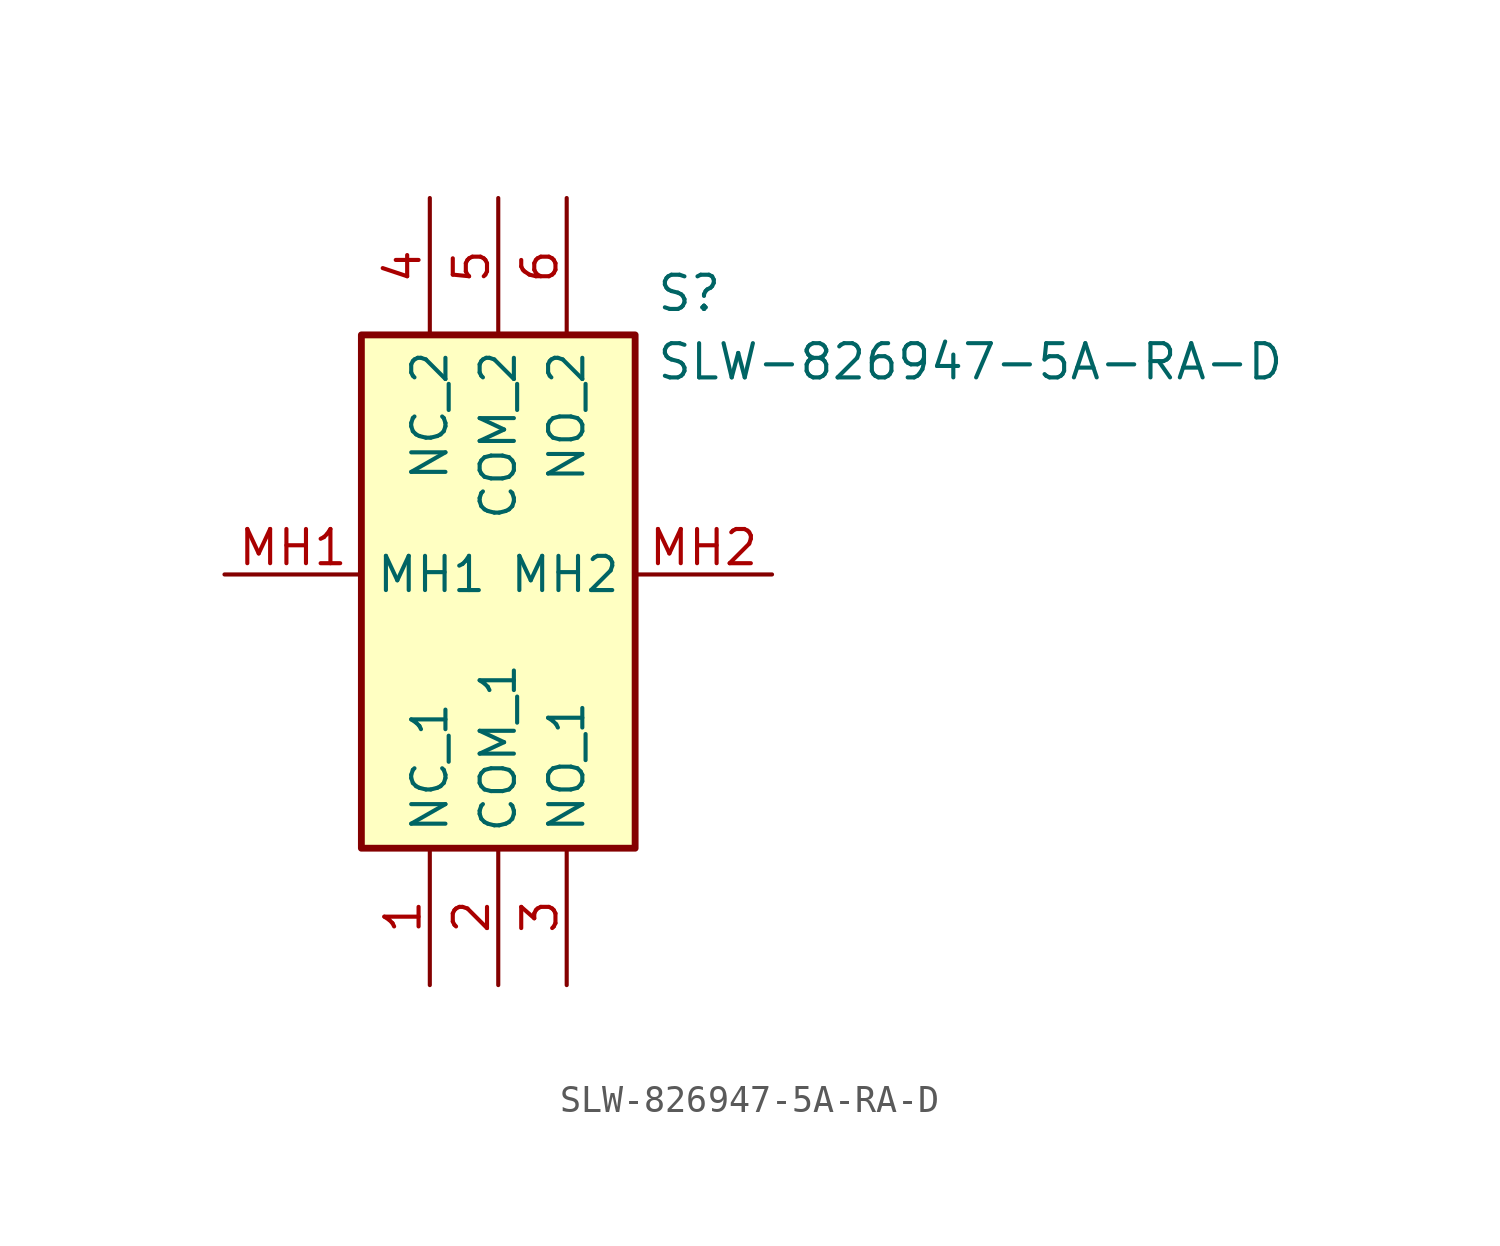
<source format=kicad_sym>
(kicad_symbol_lib
  (version 20231120)
  (generator "kicad_symbol_editor")
  (generator_version "8.0")
  (symbol "SLW-826947-5A-RA-D"
    (property "Reference" "S"
      (at 18.542 8.636 0)
      (effects (font (size 1.27 1.27)) (justify left top)))
    (property "Value" "SLW-826947-5A-RA-D"
      (at 18.542 6.096 0)
      (effects (font (size 1.27 1.27)) (justify left top)))
    (symbol "SLW-826947-5A-RA-D_1_1"
      (rectangle (start 7.62 6.35) (end 17.78 -12.7) (stroke (width 0.254) (type default)) (fill (type background)))
      (pin passive line (at 10.16 -17.78 90) (length 5.08) (name "NC_1" (effects (font (size 1.27 1.27)))) (number "1" (effects (font (size 1.27 1.27)))))
      (pin passive line (at 12.7 -17.78 90) (length 5.08) (name "COM_1" (effects (font (size 1.27 1.27)))) (number "2" (effects (font (size 1.27 1.27)))))
      (pin passive line (at 15.24 -17.78 90) (length 5.08) (name "NO_1" (effects (font (size 1.27 1.27)))) (number "3" (effects (font (size 1.27 1.27)))))
      (pin passive line (at 10.16 11.43 270) (length 5.08) (name "NC_2" (effects (font (size 1.27 1.27)))) (number "4" (effects (font (size 1.27 1.27)))))
      (pin passive line (at 12.7 11.43 270) (length 5.08) (name "COM_2" (effects (font (size 1.27 1.27)))) (number "5" (effects (font (size 1.27 1.27)))))
      (pin passive line (at 15.24 11.43 270) (length 5.08) (name "NO_2" (effects (font (size 1.27 1.27)))) (number "6" (effects (font (size 1.27 1.27)))))
      (pin passive line (at 2.54 -2.54 0) (length 5.08) (name "MH1" (effects (font (size 1.27 1.27)))) (number "MH1" (effects (font (size 1.27 1.27)))))
      (pin passive line (at 22.86 -2.54 180) (length 5.08) (name "MH2" (effects (font (size 1.27 1.27)))) (number "MH2" (effects (font (size 1.27 1.27))))))))
</source>
